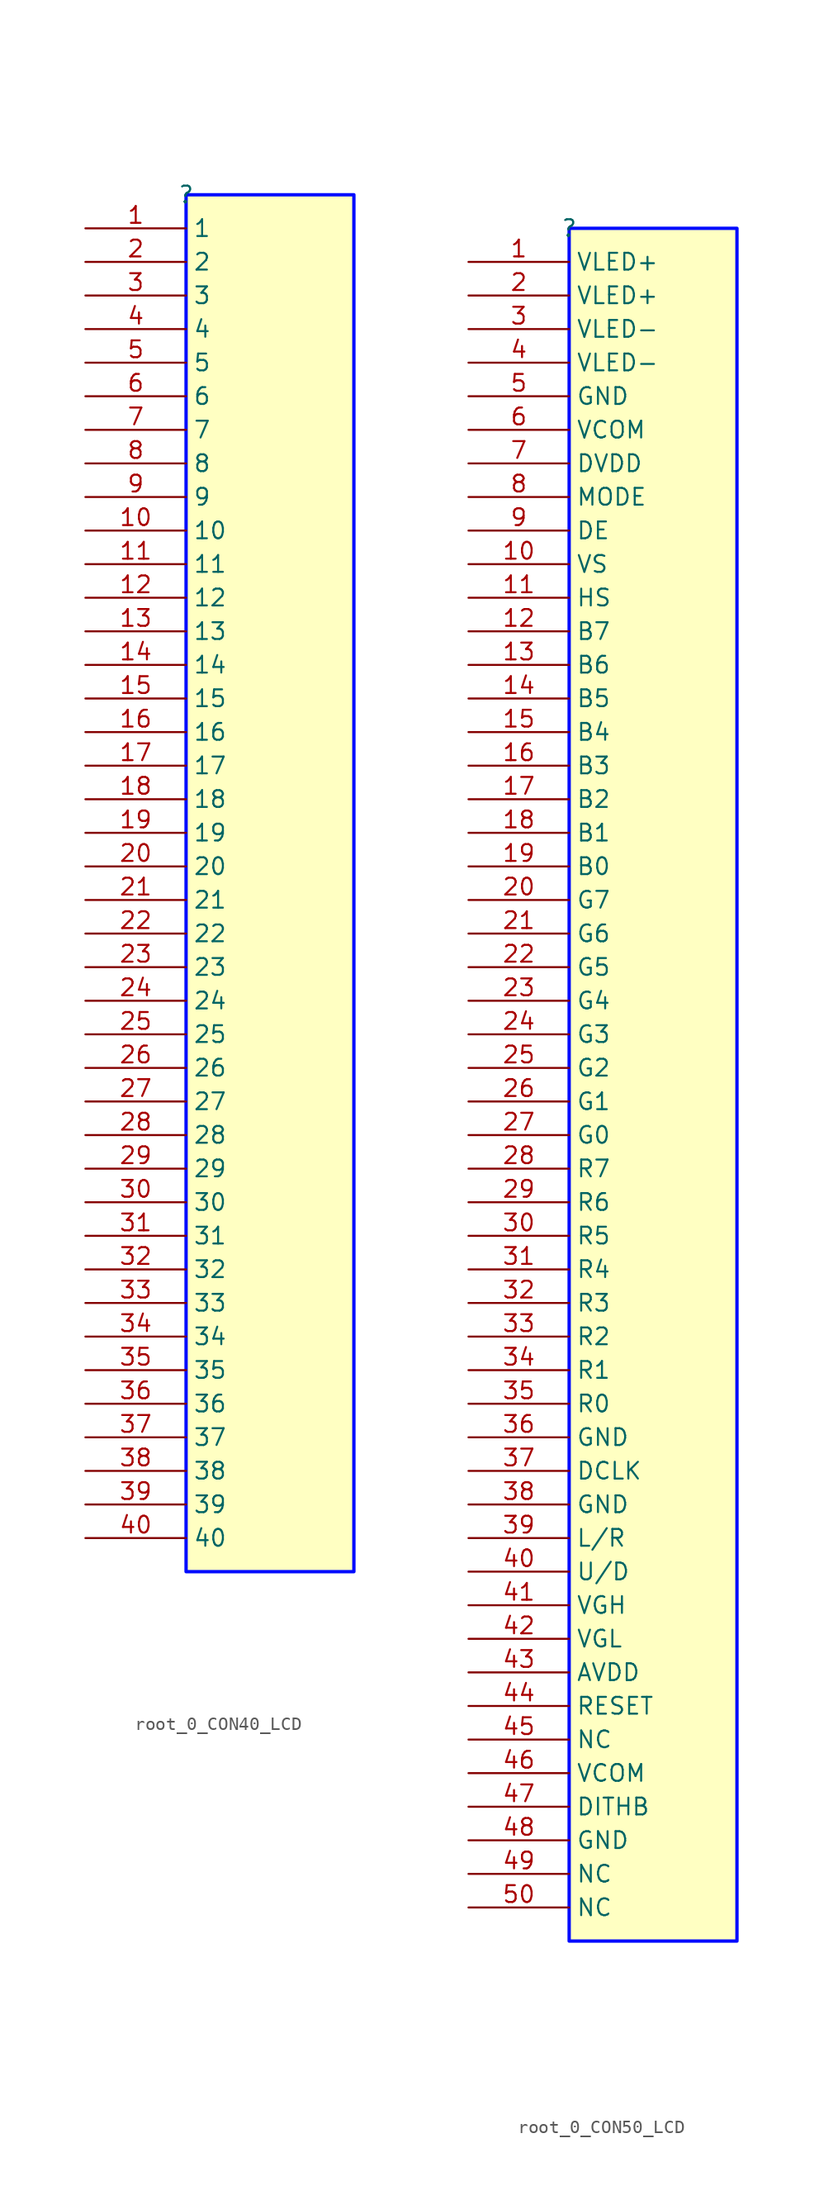
<source format=kicad_sym>
(kicad_symbol_lib
  (version 20231120)
  (generator "kicad_symbol_editor")
  (generator_version "8.0")
  (symbol "root_0_CON40_LCD"
    (property "Reference" ""
      (at 0 0 0)
      (effects (font (size 1.27 1.27))))
    (property "Value" ""
      (at 0 0 0)
      (effects (font (size 1.27 1.27))))
    (symbol "root_0_CON40_LCD_1_0"
      (rectangle (start 12.7 0) (end 0 -104.14) (stroke (width 0.254) (type solid) (color 0 11 255 1)) (fill (type background)))
      (pin passive line (at -7.62 -2.54 0) (length 7.62) (name "1" (effects (font (size 1.27 1.27)))) (number "1" (effects (font (size 1.27 1.27)))))
      (pin passive line (at -7.62 -25.4 0) (length 7.62) (name "10" (effects (font (size 1.27 1.27)))) (number "10" (effects (font (size 1.27 1.27)))))
      (pin passive line (at -7.62 -27.94 0) (length 7.62) (name "11" (effects (font (size 1.27 1.27)))) (number "11" (effects (font (size 1.27 1.27)))))
      (pin passive line (at -7.62 -30.48 0) (length 7.62) (name "12" (effects (font (size 1.27 1.27)))) (number "12" (effects (font (size 1.27 1.27)))))
      (pin passive line (at -7.62 -33.02 0) (length 7.62) (name "13" (effects (font (size 1.27 1.27)))) (number "13" (effects (font (size 1.27 1.27)))))
      (pin passive line (at -7.62 -35.56 0) (length 7.62) (name "14" (effects (font (size 1.27 1.27)))) (number "14" (effects (font (size 1.27 1.27)))))
      (pin passive line (at -7.62 -38.1 0) (length 7.62) (name "15" (effects (font (size 1.27 1.27)))) (number "15" (effects (font (size 1.27 1.27)))))
      (pin passive line (at -7.62 -40.64 0) (length 7.62) (name "16" (effects (font (size 1.27 1.27)))) (number "16" (effects (font (size 1.27 1.27)))))
      (pin passive line (at -7.62 -43.18 0) (length 7.62) (name "17" (effects (font (size 1.27 1.27)))) (number "17" (effects (font (size 1.27 1.27)))))
      (pin passive line (at -7.62 -45.72 0) (length 7.62) (name "18" (effects (font (size 1.27 1.27)))) (number "18" (effects (font (size 1.27 1.27)))))
      (pin passive line (at -7.62 -48.26 0) (length 7.62) (name "19" (effects (font (size 1.27 1.27)))) (number "19" (effects (font (size 1.27 1.27)))))
      (pin passive line (at -7.62 -5.08 0) (length 7.62) (name "2" (effects (font (size 1.27 1.27)))) (number "2" (effects (font (size 1.27 1.27)))))
      (pin passive line (at -7.62 -50.8 0) (length 7.62) (name "20" (effects (font (size 1.27 1.27)))) (number "20" (effects (font (size 1.27 1.27)))))
      (pin passive line (at -7.62 -53.34 0) (length 7.62) (name "21" (effects (font (size 1.27 1.27)))) (number "21" (effects (font (size 1.27 1.27)))))
      (pin passive line (at -7.62 -55.88 0) (length 7.62) (name "22" (effects (font (size 1.27 1.27)))) (number "22" (effects (font (size 1.27 1.27)))))
      (pin passive line (at -7.62 -58.42 0) (length 7.62) (name "23" (effects (font (size 1.27 1.27)))) (number "23" (effects (font (size 1.27 1.27)))))
      (pin passive line (at -7.62 -60.96 0) (length 7.62) (name "24" (effects (font (size 1.27 1.27)))) (number "24" (effects (font (size 1.27 1.27)))))
      (pin passive line (at -7.62 -63.5 0) (length 7.62) (name "25" (effects (font (size 1.27 1.27)))) (number "25" (effects (font (size 1.27 1.27)))))
      (pin passive line (at -7.62 -66.04 0) (length 7.62) (name "26" (effects (font (size 1.27 1.27)))) (number "26" (effects (font (size 1.27 1.27)))))
      (pin passive line (at -7.62 -68.58 0) (length 7.62) (name "27" (effects (font (size 1.27 1.27)))) (number "27" (effects (font (size 1.27 1.27)))))
      (pin passive line (at -7.62 -71.12 0) (length 7.62) (name "28" (effects (font (size 1.27 1.27)))) (number "28" (effects (font (size 1.27 1.27)))))
      (pin passive line (at -7.62 -73.66 0) (length 7.62) (name "29" (effects (font (size 1.27 1.27)))) (number "29" (effects (font (size 1.27 1.27)))))
      (pin passive line (at -7.62 -7.62 0) (length 7.62) (name "3" (effects (font (size 1.27 1.27)))) (number "3" (effects (font (size 1.27 1.27)))))
      (pin passive line (at -7.62 -76.2 0) (length 7.62) (name "30" (effects (font (size 1.27 1.27)))) (number "30" (effects (font (size 1.27 1.27)))))
      (pin passive line (at -7.62 -78.74 0) (length 7.62) (name "31" (effects (font (size 1.27 1.27)))) (number "31" (effects (font (size 1.27 1.27)))))
      (pin passive line (at -7.62 -81.28 0) (length 7.62) (name "32" (effects (font (size 1.27 1.27)))) (number "32" (effects (font (size 1.27 1.27)))))
      (pin passive line (at -7.62 -83.82 0) (length 7.62) (name "33" (effects (font (size 1.27 1.27)))) (number "33" (effects (font (size 1.27 1.27)))))
      (pin passive line (at -7.62 -86.36 0) (length 7.62) (name "34" (effects (font (size 1.27 1.27)))) (number "34" (effects (font (size 1.27 1.27)))))
      (pin passive line (at -7.62 -88.9 0) (length 7.62) (name "35" (effects (font (size 1.27 1.27)))) (number "35" (effects (font (size 1.27 1.27)))))
      (pin passive line (at -7.62 -91.44 0) (length 7.62) (name "36" (effects (font (size 1.27 1.27)))) (number "36" (effects (font (size 1.27 1.27)))))
      (pin passive line (at -7.62 -93.98 0) (length 7.62) (name "37" (effects (font (size 1.27 1.27)))) (number "37" (effects (font (size 1.27 1.27)))))
      (pin passive line (at -7.62 -96.52 0) (length 7.62) (name "38" (effects (font (size 1.27 1.27)))) (number "38" (effects (font (size 1.27 1.27)))))
      (pin passive line (at -7.62 -99.06 0) (length 7.62) (name "39" (effects (font (size 1.27 1.27)))) (number "39" (effects (font (size 1.27 1.27)))))
      (pin passive line (at -7.62 -10.16 0) (length 7.62) (name "4" (effects (font (size 1.27 1.27)))) (number "4" (effects (font (size 1.27 1.27)))))
      (pin passive line (at -7.62 -101.6 0) (length 7.62) (name "40" (effects (font (size 1.27 1.27)))) (number "40" (effects (font (size 1.27 1.27)))))
      (pin passive line (at -7.62 -12.7 0) (length 7.62) (name "5" (effects (font (size 1.27 1.27)))) (number "5" (effects (font (size 1.27 1.27)))))
      (pin passive line (at -7.62 -15.24 0) (length 7.62) (name "6" (effects (font (size 1.27 1.27)))) (number "6" (effects (font (size 1.27 1.27)))))
      (pin passive line (at -7.62 -17.78 0) (length 7.62) (name "7" (effects (font (size 1.27 1.27)))) (number "7" (effects (font (size 1.27 1.27)))))
      (pin passive line (at -7.62 -20.32 0) (length 7.62) (name "8" (effects (font (size 1.27 1.27)))) (number "8" (effects (font (size 1.27 1.27)))))
      (pin passive line (at -7.62 -22.86 0) (length 7.62) (name "9" (effects (font (size 1.27 1.27)))) (number "9" (effects (font (size 1.27 1.27)))))))
  (symbol "root_0_CON50_LCD"
    (property "Reference" ""
      (at 0 0 0)
      (effects (font (size 1.27 1.27))))
    (property "Value" ""
      (at 0 0 0)
      (effects (font (size 1.27 1.27))))
    (symbol "root_0_CON50_LCD_1_0"
      (rectangle (start 12.7 0) (end 0 -129.54) (stroke (width 0.254) (type solid) (color 0 11 255 1)) (fill (type background)))
      (pin passive line (at -7.62 -2.54 0) (length 7.62) (name "VLED+" (effects (font (size 1.27 1.27)))) (number "1" (effects (font (size 1.27 1.27)))))
      (pin passive line (at -7.62 -25.4 0) (length 7.62) (name "VS" (effects (font (size 1.27 1.27)))) (number "10" (effects (font (size 1.27 1.27)))))
      (pin passive line (at -7.62 -27.94 0) (length 7.62) (name "HS" (effects (font (size 1.27 1.27)))) (number "11" (effects (font (size 1.27 1.27)))))
      (pin passive line (at -7.62 -30.48 0) (length 7.62) (name "B7" (effects (font (size 1.27 1.27)))) (number "12" (effects (font (size 1.27 1.27)))))
      (pin passive line (at -7.62 -33.02 0) (length 7.62) (name "B6" (effects (font (size 1.27 1.27)))) (number "13" (effects (font (size 1.27 1.27)))))
      (pin passive line (at -7.62 -35.56 0) (length 7.62) (name "B5" (effects (font (size 1.27 1.27)))) (number "14" (effects (font (size 1.27 1.27)))))
      (pin passive line (at -7.62 -38.1 0) (length 7.62) (name "B4" (effects (font (size 1.27 1.27)))) (number "15" (effects (font (size 1.27 1.27)))))
      (pin passive line (at -7.62 -40.64 0) (length 7.62) (name "B3" (effects (font (size 1.27 1.27)))) (number "16" (effects (font (size 1.27 1.27)))))
      (pin passive line (at -7.62 -43.18 0) (length 7.62) (name "B2" (effects (font (size 1.27 1.27)))) (number "17" (effects (font (size 1.27 1.27)))))
      (pin passive line (at -7.62 -45.72 0) (length 7.62) (name "B1" (effects (font (size 1.27 1.27)))) (number "18" (effects (font (size 1.27 1.27)))))
      (pin passive line (at -7.62 -48.26 0) (length 7.62) (name "B0" (effects (font (size 1.27 1.27)))) (number "19" (effects (font (size 1.27 1.27)))))
      (pin passive line (at -7.62 -5.08 0) (length 7.62) (name "VLED+" (effects (font (size 1.27 1.27)))) (number "2" (effects (font (size 1.27 1.27)))))
      (pin passive line (at -7.62 -50.8 0) (length 7.62) (name "G7" (effects (font (size 1.27 1.27)))) (number "20" (effects (font (size 1.27 1.27)))))
      (pin passive line (at -7.62 -53.34 0) (length 7.62) (name "G6" (effects (font (size 1.27 1.27)))) (number "21" (effects (font (size 1.27 1.27)))))
      (pin passive line (at -7.62 -55.88 0) (length 7.62) (name "G5" (effects (font (size 1.27 1.27)))) (number "22" (effects (font (size 1.27 1.27)))))
      (pin passive line (at -7.62 -58.42 0) (length 7.62) (name "G4" (effects (font (size 1.27 1.27)))) (number "23" (effects (font (size 1.27 1.27)))))
      (pin passive line (at -7.62 -60.96 0) (length 7.62) (name "G3" (effects (font (size 1.27 1.27)))) (number "24" (effects (font (size 1.27 1.27)))))
      (pin passive line (at -7.62 -63.5 0) (length 7.62) (name "G2" (effects (font (size 1.27 1.27)))) (number "25" (effects (font (size 1.27 1.27)))))
      (pin passive line (at -7.62 -66.04 0) (length 7.62) (name "G1" (effects (font (size 1.27 1.27)))) (number "26" (effects (font (size 1.27 1.27)))))
      (pin passive line (at -7.62 -68.58 0) (length 7.62) (name "G0" (effects (font (size 1.27 1.27)))) (number "27" (effects (font (size 1.27 1.27)))))
      (pin passive line (at -7.62 -71.12 0) (length 7.62) (name "R7" (effects (font (size 1.27 1.27)))) (number "28" (effects (font (size 1.27 1.27)))))
      (pin passive line (at -7.62 -73.66 0) (length 7.62) (name "R6" (effects (font (size 1.27 1.27)))) (number "29" (effects (font (size 1.27 1.27)))))
      (pin passive line (at -7.62 -7.62 0) (length 7.62) (name "VLED-" (effects (font (size 1.27 1.27)))) (number "3" (effects (font (size 1.27 1.27)))))
      (pin passive line (at -7.62 -76.2 0) (length 7.62) (name "R5" (effects (font (size 1.27 1.27)))) (number "30" (effects (font (size 1.27 1.27)))))
      (pin passive line (at -7.62 -78.74 0) (length 7.62) (name "R4" (effects (font (size 1.27 1.27)))) (number "31" (effects (font (size 1.27 1.27)))))
      (pin passive line (at -7.62 -81.28 0) (length 7.62) (name "R3" (effects (font (size 1.27 1.27)))) (number "32" (effects (font (size 1.27 1.27)))))
      (pin passive line (at -7.62 -83.82 0) (length 7.62) (name "R2" (effects (font (size 1.27 1.27)))) (number "33" (effects (font (size 1.27 1.27)))))
      (pin passive line (at -7.62 -86.36 0) (length 7.62) (name "R1" (effects (font (size 1.27 1.27)))) (number "34" (effects (font (size 1.27 1.27)))))
      (pin passive line (at -7.62 -88.9 0) (length 7.62) (name "R0" (effects (font (size 1.27 1.27)))) (number "35" (effects (font (size 1.27 1.27)))))
      (pin passive line (at -7.62 -91.44 0) (length 7.62) (name "GND" (effects (font (size 1.27 1.27)))) (number "36" (effects (font (size 1.27 1.27)))))
      (pin passive line (at -7.62 -93.98 0) (length 7.62) (name "DCLK" (effects (font (size 1.27 1.27)))) (number "37" (effects (font (size 1.27 1.27)))))
      (pin passive line (at -7.62 -96.52 0) (length 7.62) (name "GND" (effects (font (size 1.27 1.27)))) (number "38" (effects (font (size 1.27 1.27)))))
      (pin passive line (at -7.62 -99.06 0) (length 7.62) (name "L/R" (effects (font (size 1.27 1.27)))) (number "39" (effects (font (size 1.27 1.27)))))
      (pin passive line (at -7.62 -10.16 0) (length 7.62) (name "VLED-" (effects (font (size 1.27 1.27)))) (number "4" (effects (font (size 1.27 1.27)))))
      (pin passive line (at -7.62 -101.6 0) (length 7.62) (name "U/D" (effects (font (size 1.27 1.27)))) (number "40" (effects (font (size 1.27 1.27)))))
      (pin passive line (at -7.62 -104.14 0) (length 7.62) (name "VGH" (effects (font (size 1.27 1.27)))) (number "41" (effects (font (size 1.27 1.27)))))
      (pin passive line (at -7.62 -106.68 0) (length 7.62) (name "VGL" (effects (font (size 1.27 1.27)))) (number "42" (effects (font (size 1.27 1.27)))))
      (pin passive line (at -7.62 -109.22 0) (length 7.62) (name "AVDD" (effects (font (size 1.27 1.27)))) (number "43" (effects (font (size 1.27 1.27)))))
      (pin passive line (at -7.62 -111.76 0) (length 7.62) (name "RESET" (effects (font (size 1.27 1.27)))) (number "44" (effects (font (size 1.27 1.27)))))
      (pin passive line (at -7.62 -114.3 0) (length 7.62) (name "NC" (effects (font (size 1.27 1.27)))) (number "45" (effects (font (size 1.27 1.27)))))
      (pin passive line (at -7.62 -116.84 0) (length 7.62) (name "VCOM" (effects (font (size 1.27 1.27)))) (number "46" (effects (font (size 1.27 1.27)))))
      (pin passive line (at -7.62 -119.38 0) (length 7.62) (name "DITHB" (effects (font (size 1.27 1.27)))) (number "47" (effects (font (size 1.27 1.27)))))
      (pin passive line (at -7.62 -121.92 0) (length 7.62) (name "GND" (effects (font (size 1.27 1.27)))) (number "48" (effects (font (size 1.27 1.27)))))
      (pin passive line (at -7.62 -124.46 0) (length 7.62) (name "NC" (effects (font (size 1.27 1.27)))) (number "49" (effects (font (size 1.27 1.27)))))
      (pin passive line (at -7.62 -12.7 0) (length 7.62) (name "GND" (effects (font (size 1.27 1.27)))) (number "5" (effects (font (size 1.27 1.27)))))
      (pin passive line (at -7.62 -127 0) (length 7.62) (name "NC" (effects (font (size 1.27 1.27)))) (number "50" (effects (font (size 1.27 1.27)))))
      (pin passive line (at -7.62 -15.24 0) (length 7.62) (name "VCOM" (effects (font (size 1.27 1.27)))) (number "6" (effects (font (size 1.27 1.27)))))
      (pin passive line (at -7.62 -17.78 0) (length 7.62) (name "DVDD" (effects (font (size 1.27 1.27)))) (number "7" (effects (font (size 1.27 1.27)))))
      (pin passive line (at -7.62 -20.32 0) (length 7.62) (name "MODE" (effects (font (size 1.27 1.27)))) (number "8" (effects (font (size 1.27 1.27)))))
      (pin passive line (at -7.62 -22.86 0) (length 7.62) (name "DE" (effects (font (size 1.27 1.27)))) (number "9" (effects (font (size 1.27 1.27))))))))
</source>
